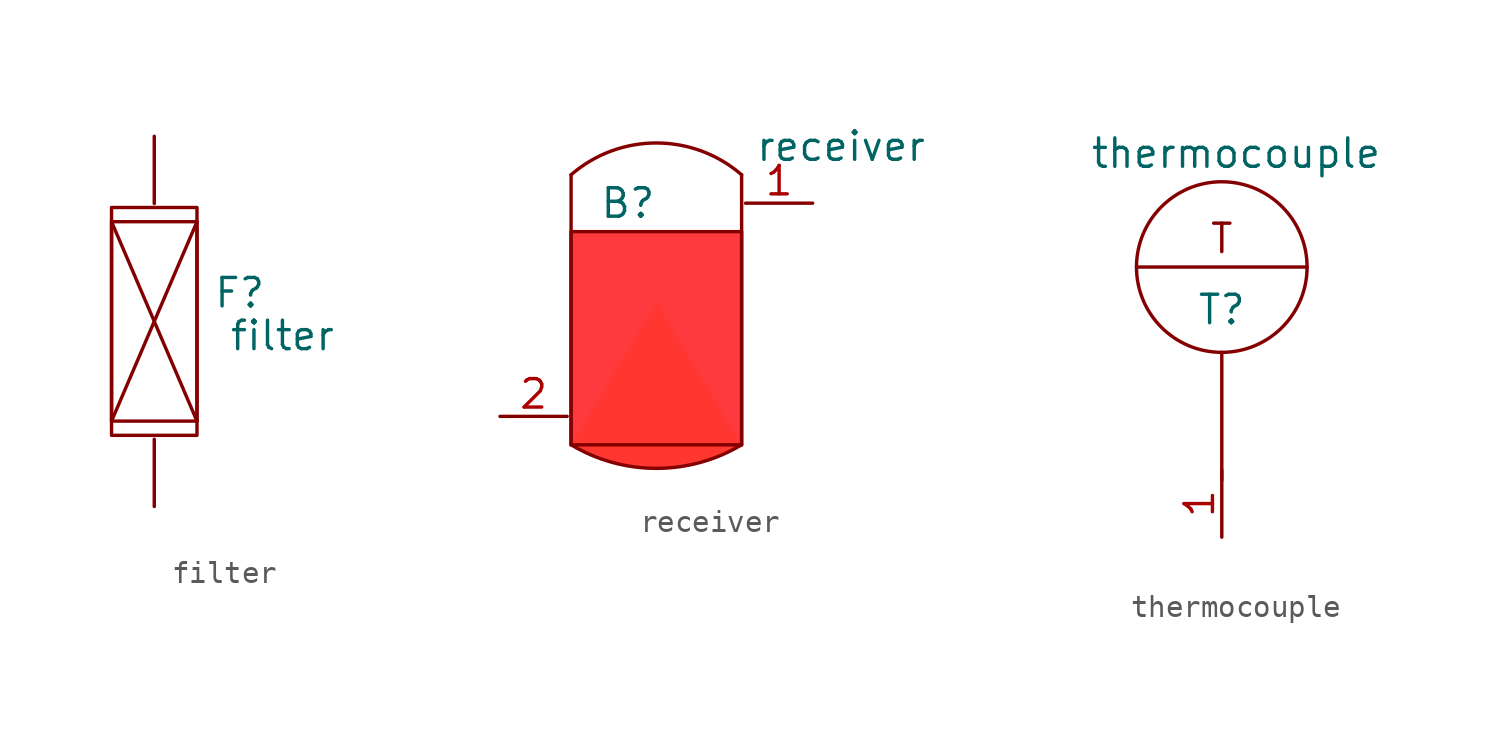
<source format=kicad_sym>
(kicad_symbol_lib
  (version 20220914)
  (generator kicad_symbol_editor)
  (symbol "filter"
    (pin_numbers hide)
    (pin_names
      (offset 1.016) hide)
    (property "Reference" "F"
      (at 3.81 1.27 0)
      (effects (font (size 1.27 1.27))))
    (property "Value" "filter"
      (at 5.715 -0.635 0)
      (effects (font (size 1.27 1.27))))
    (symbol "filter_0_1"
      (rectangle (start -1.905 4.445) (end 1.905 -4.445) (stroke (width 0) (type default)) (fill (type none)))
      (rectangle (start -1.905 5.08) (end 1.905 -5.08) (stroke (width 0) (type default)) (fill (type none)))
      (polyline (pts (xy -1.905 -4.445) (xy 1.905 4.445)) (stroke (width 0) (type default)) (fill (type none)))
      (polyline (pts (xy -1.905 4.445) (xy 1.905 -4.445)) (stroke (width 0) (type default)) (fill (type none))))
    (symbol "filter_1_1"
      (pin output line (at 0 -8.255 90) (length 3) (name "in" (effects (font (size 1.27 1.27)))) (number "1" (effects (font (size 1.27 1.27)))))
      (pin output line (at 0 8.255 270) (length 3) (name "out" (effects (font (size 1.27 1.27)))) (number "2" (effects (font (size 1.27 1.27)))))))
  (symbol "receiver"
    (pin_names
      (offset 1.016) hide)
    (property "Reference" "B"
      (at -1.27 4.445 0)
      (effects (font (size 1.27 1.27))))
    (property "Value" "receiver"
      (at 8.255 6.985 0)
      (effects (font (size 1.27 1.27))))
    (symbol "receiver_0_1"
      (arc (start -3.81 -6.35) (mid 0 -7.4034) (end 3.81 -6.35) (stroke (width 0) (type default)) (fill (type color) (color 255 55 48 1)))
      (rectangle (start -3.81 3.175) (end 3.81 -6.35) (stroke (width 0) (type default)) (fill (type color) (color 255 58 62 1)))
      (polyline (pts (xy -3.81 5.715) (xy -3.81 -6.35)) (stroke (width 0) (type default)) (fill (type none)))
      (polyline (pts (xy 3.81 5.715) (xy 3.81 -6.35)) (stroke (width 0) (type default)) (fill (type none)))
      (arc (start 3.81 5.715) (mid 0 7.1355) (end -3.81 5.715) (stroke (width 0) (type default)) (fill (type none))))
    (symbol "receiver_1_1"
      (pin output line (at 6.985 4.445 180) (length 3) (name "in" (effects (font (size 1.27 1.27)))) (number "1" (effects (font (size 1.27 1.27)))))
      (pin output line (at -6.985 -5.08 0) (length 3) (name "out" (effects (font (size 1.27 1.27)))) (number "2" (effects (font (size 1.27 1.27)))))))
  (symbol "thermocouple"
    (pin_names
      (offset 1.016) hide)
    (property "Reference" "T"
      (at 0 10.16 0)
      (effects (font (size 1.27 1.27))))
    (property "Value" "thermocouple"
      (at 0.635 17.145 0)
      (effects (font (size 1.27 1.27))))
    (symbol "thermocouple_0_1"
      (polyline (pts (xy -3.81 12.065) (xy 3.81 12.065)) (stroke (width 0) (type default)) (fill (type none)))
      (polyline (pts (xy 0 8.255) (xy 0 2.54)) (stroke (width 0) (type default)) (fill (type none)))
      (circle (center 0 12.065) (radius 3.81) (stroke (width 0) (type default)) (fill (type none)))
      (text "T" (at 0 13.335 0) (effects (font (size 1.27 1.27)))))
    (symbol "thermocouple_1_1"
      (pin output line (at 0 0 90) (length 3) (name "in" (effects (font (size 1.27 1.27)))) (number "1" (effects (font (size 1.27 1.27))))))))
</source>
